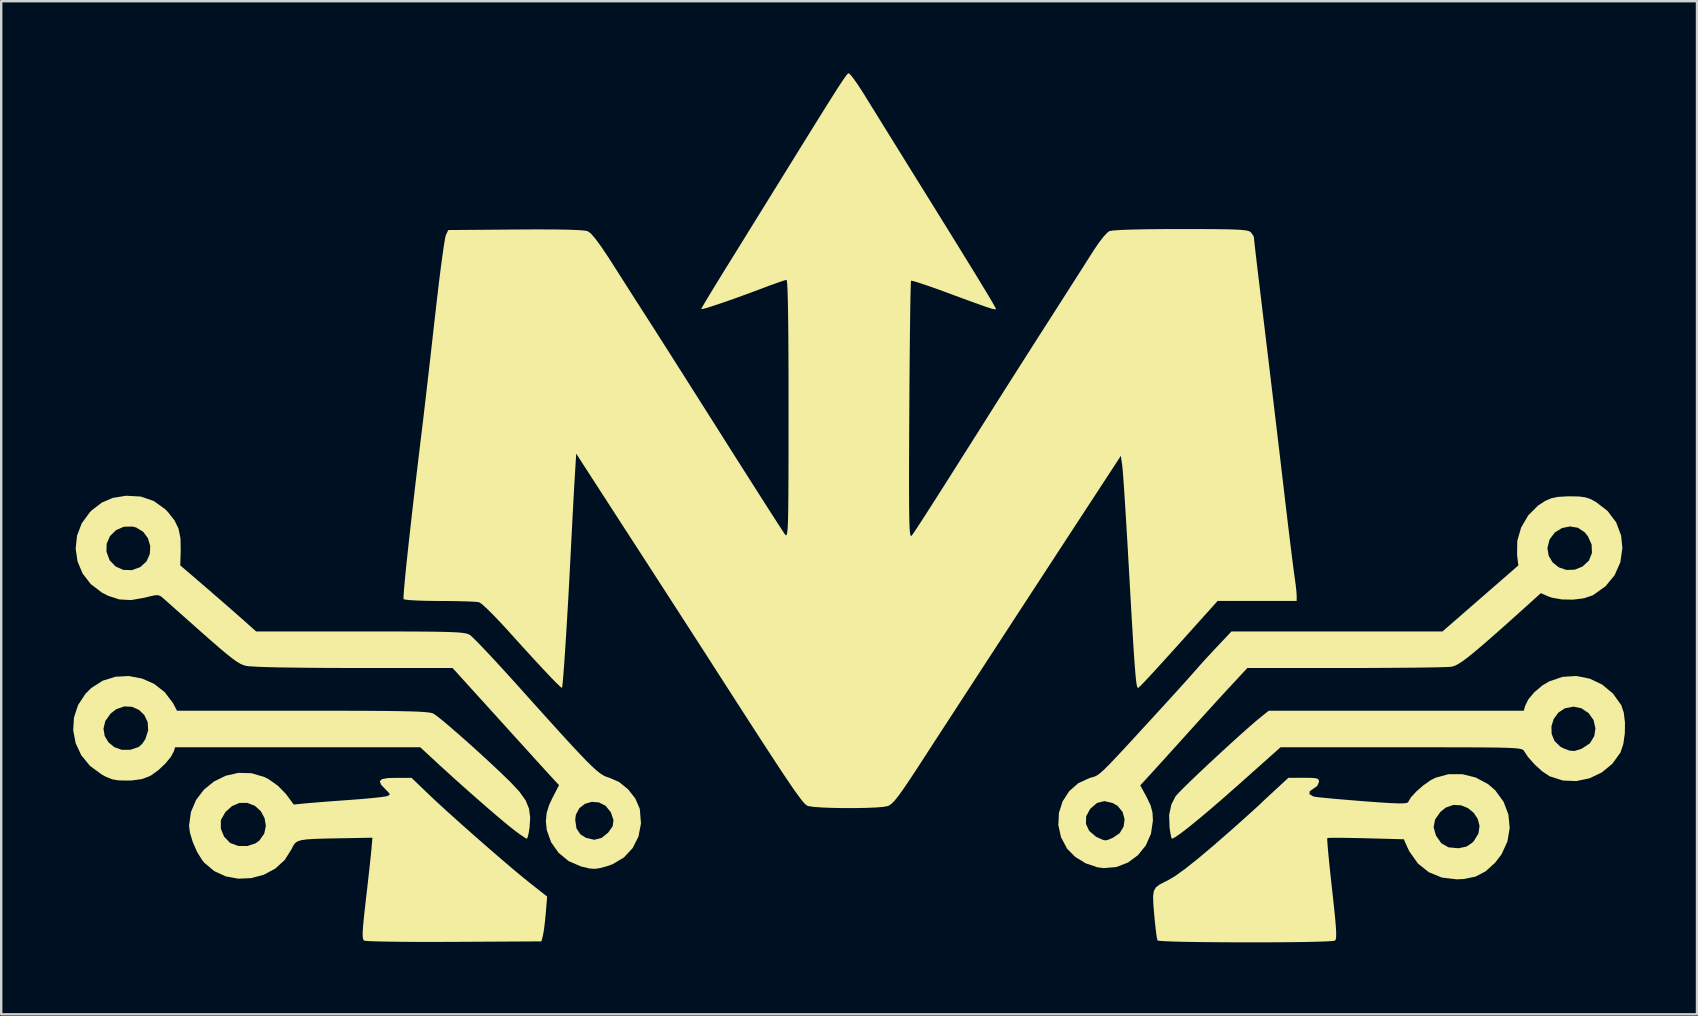
<source format=kicad_pcb>
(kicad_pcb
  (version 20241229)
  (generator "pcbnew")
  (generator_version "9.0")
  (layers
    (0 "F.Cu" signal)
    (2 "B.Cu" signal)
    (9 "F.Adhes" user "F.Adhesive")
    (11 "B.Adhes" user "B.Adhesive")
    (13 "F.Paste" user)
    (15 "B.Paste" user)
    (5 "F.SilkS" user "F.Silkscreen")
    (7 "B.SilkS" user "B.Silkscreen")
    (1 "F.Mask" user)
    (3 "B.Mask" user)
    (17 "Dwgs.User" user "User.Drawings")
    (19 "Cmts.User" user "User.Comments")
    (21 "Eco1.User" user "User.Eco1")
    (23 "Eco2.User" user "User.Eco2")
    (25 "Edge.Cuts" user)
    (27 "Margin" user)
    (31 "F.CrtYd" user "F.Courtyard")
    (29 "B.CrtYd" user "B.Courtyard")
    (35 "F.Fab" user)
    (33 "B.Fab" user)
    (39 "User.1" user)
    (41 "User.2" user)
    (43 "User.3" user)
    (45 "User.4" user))
  (footprint "my_logo"
    (layer "F.Cu")
    (at 32.343 22.24)
    (property "Reference" "my_logo" (at 0 0 0) (layer "F.SilkS") (effects (font (size 1.5 1.5) (thickness 0.3))))
    (attr board_only exclude_from_pos_files exclude_from_bom)
    (fp_poly (pts (xy 30.836 2.983) (xy 31.354 3.23) (xy 31.803 3.604) (xy 32.149 4.086) (xy 32.255 4.404) (xy 32.304 4.819) (xy 32.297 5.272) (xy 32.236 5.701) (xy 32.121 6.046) (xy 32.111 6.066) (xy 31.775 6.532) (xy 31.336 6.891) (xy 30.826 7.134) (xy 30.276 7.249) (xy 29.717 7.227) (xy 29.182 7.056) (xy 29.147 7.038) (xy 28.853 6.841) (xy 28.538 6.555) (xy 28.262 6.242) (xy 28.113 6.019) (xy 28.091 5.982) (xy 28.059 5.951) (xy 28.003 5.924) (xy 27.912 5.903) (xy 27.771 5.885) (xy 27.568 5.872) (xy 27.291 5.861) (xy 26.926 5.853) (xy 26.46 5.848) (xy 25.88 5.845) (xy 25.174 5.843) (xy 24.329 5.842) (xy 23.331 5.842) (xy 22.986 5.842) (xy 17.953 5.842) (xy 16.237 7.371) (xy 15.626 7.91) (xy 15.066 8.394) (xy 14.567 8.814) (xy 14.142 9.16) (xy 13.804 9.421) (xy 13.564 9.589) (xy 13.436 9.652) (xy 13.432 9.652) (xy 13.399 9.576) (xy 13.359 9.38) (xy 13.332 9.195) (xy 13.313 8.664) (xy 13.408 8.221) (xy 13.576 7.893) (xy 13.681 7.771) (xy 13.892 7.555) (xy 14.189 7.265) (xy 14.55 6.919) (xy 14.955 6.537) (xy 15.385 6.138) (xy 15.818 5.741) (xy 16.233 5.364) (xy 16.611 5.028) (xy 16.679 4.969) (xy 29.24 4.969) (xy 29.249 5.286) (xy 29.368 5.58) (xy 29.608 5.815) (xy 29.74 5.885) (xy 29.998 5.982) (xy 30.196 5.996) (xy 30.426 5.929) (xy 30.514 5.893) (xy 30.84 5.68) (xy 31.026 5.372) (xy 31.073 5.053) (xy 30.995 4.707) (xy 30.787 4.416) (xy 30.488 4.217) (xy 30.156 4.149) (xy 29.802 4.217) (xy 29.525 4.4) (xy 29.335 4.662) (xy 29.24 4.969) (xy 16.679 4.969) (xy 16.93 4.751) (xy 17.163 4.558) (xy 17.465 4.318) (xy 22.778 4.318) (xy 28.091 4.318) (xy 28.14 4.128) (xy 28.278 3.844) (xy 28.533 3.543) (xy 28.861 3.267) (xy 29.142 3.098) (xy 29.702 2.908) (xy 30.276 2.872)) (stroke (width 0) (type solid)) (fill yes) (layer "F.SilkS"))
    (fp_poly (pts (xy -29.479 2.976) (xy -28.97 3.202) (xy -28.529 3.547) (xy -28.184 4.004) (xy -28.151 4.065) (xy -28.02 4.318) (xy -22.794 4.319) (xy -21.698 4.319) (xy -20.759 4.321) (xy -19.965 4.324) (xy -19.303 4.329) (xy -18.761 4.336) (xy -18.327 4.346) (xy -17.989 4.357) (xy -17.734 4.372) (xy -17.549 4.39) (xy -17.424 4.411) (xy -17.345 4.436) (xy -17.332 4.442) (xy -17.187 4.543) (xy -16.939 4.741) (xy -16.612 5.018) (xy -16.225 5.354) (xy -15.801 5.73) (xy -15.361 6.128) (xy -14.926 6.529) (xy -14.518 6.913) (xy -14.158 7.261) (xy -14.137 7.281) (xy -13.754 7.691) (xy -13.498 8.05) (xy -13.354 8.398) (xy -13.305 8.773) (xy -13.331 9.183) (xy -13.372 9.438) (xy -13.418 9.608) (xy -13.447 9.651) (xy -13.538 9.602) (xy -13.724 9.477) (xy -13.963 9.301) (xy -13.97 9.295) (xy -14.241 9.079) (xy -14.612 8.77) (xy -15.057 8.389) (xy -15.551 7.958) (xy -16.07 7.499) (xy -16.589 7.033) (xy -17.083 6.583) (xy -17.175 6.498) (xy -17.885 5.842) (xy -22.991 5.842) (xy -28.098 5.842) (xy -28.155 6.021) (xy -28.282 6.252) (xy -28.509 6.524) (xy -28.789 6.789) (xy -29.078 6.999) (xy -29.162 7.047) (xy -29.483 7.166) (xy -29.881 7.222) (xy -30.101 7.229) (xy -30.455 7.221) (xy -30.719 7.176) (xy -30.972 7.074) (xy -31.159 6.974) (xy -31.646 6.616) (xy -32.008 6.173) (xy -32.241 5.673) (xy -32.343 5.14) (xy -32.339 5.07) (xy -31.082 5.07) (xy -31.031 5.374) (xy -30.873 5.637) (xy -30.63 5.836) (xy -30.32 5.948) (xy -29.964 5.947) (xy -29.613 5.828) (xy -29.471 5.701) (xy -29.338 5.505) (xy -29.219 5.132) (xy -29.242 4.79) (xy -29.38 4.5) (xy -29.606 4.282) (xy -29.894 4.155) (xy -30.216 4.139) (xy -30.546 4.253) (xy -30.785 4.437) (xy -31.007 4.75) (xy -31.082 5.07) (xy -32.339 5.07) (xy -32.311 4.601) (xy -32.141 4.083) (xy -31.83 3.61) (xy -31.593 3.374) (xy -31.112 3.067) (xy -30.58 2.902) (xy -30.026 2.874)) (stroke (width 0) (type solid)) (fill yes) (layer "F.SilkS"))
    (fp_poly (pts (xy -24.916 6.922) (xy -24.376 7.082) (xy -24.21 7.166) (xy -23.82 7.441) (xy -23.488 7.779) (xy -23.453 7.825) (xy -23.156 8.227) (xy -22.691 8.181) (xy -22.444 8.159) (xy -22.07 8.129) (xy -21.611 8.093) (xy -21.107 8.056) (xy -20.828 8.036) (xy -20.348 7.999) (xy -19.918 7.96) (xy -19.571 7.924) (xy -19.339 7.892) (xy -19.265 7.876) (xy -19.166 7.827) (xy -19.172 7.761) (xy -19.294 7.634) (xy -19.328 7.602) (xy -19.518 7.398) (xy -19.571 7.257) (xy -19.478 7.168) (xy -19.232 7.124) (xy -18.902 7.115) (xy -18.246 7.117) (xy -17.566 7.771) (xy -17.196 8.119) (xy -16.734 8.542) (xy -16.207 9.015) (xy -15.644 9.514) (xy -15.072 10.015) (xy -14.518 10.493) (xy -14.012 10.925) (xy -13.579 11.285) (xy -13.305 11.506) (xy -12.599 12.061) (xy -12.657 12.763) (xy -12.692 13.122) (xy -12.732 13.443) (xy -12.77 13.666) (xy -12.777 13.696) (xy -12.839 13.928) (xy -16.474 13.948) (xy -17.245 13.951) (xy -17.966 13.95) (xy -18.618 13.946) (xy -19.184 13.939) (xy -19.645 13.93) (xy -19.983 13.918) (xy -20.181 13.904) (xy -20.224 13.895) (xy -20.262 13.845) (xy -20.282 13.739) (xy -20.284 13.557) (xy -20.266 13.276) (xy -20.227 12.875) (xy -20.166 12.331) (xy -20.154 12.223) (xy -20.091 11.681) (xy -20.033 11.16) (xy -19.982 10.697) (xy -19.943 10.33) (xy -19.922 10.117) (xy -19.877 9.609) (xy -21.22 9.633) (xy -21.822 9.644) (xy -22.278 9.658) (xy -22.611 9.679) (xy -22.845 9.713) (xy -23.001 9.764) (xy -23.104 9.839) (xy -23.176 9.941) (xy -23.241 10.076) (xy -23.243 10.079) (xy -23.536 10.543) (xy -23.934 10.902) (xy -24.407 11.153) (xy -24.926 11.292) (xy -25.461 11.316) (xy -25.984 11.221) (xy -26.465 11.002) (xy -26.876 10.657) (xy -26.97 10.544) (xy -27.181 10.203) (xy -27.359 9.799) (xy -27.48 9.4) (xy -27.517 9.11) (xy -27.488 8.901) (xy -26.193 8.901) (xy -26.192 9.237) (xy -26.058 9.563) (xy -25.818 9.816) (xy -25.791 9.834) (xy -25.458 9.955) (xy -25.088 9.956) (xy -24.745 9.843) (xy -24.592 9.733) (xy -24.385 9.441) (xy -24.317 9.117) (xy -24.371 8.793) (xy -24.529 8.503) (xy -24.773 8.281) (xy -25.088 8.158) (xy -25.418 8.16) (xy -25.729 8.293) (xy -26 8.538) (xy -26.174 8.838) (xy -26.193 8.901) (xy -27.488 8.901) (xy -27.44 8.542) (xy -27.224 8.036) (xy -26.895 7.605) (xy -26.475 7.264) (xy -25.989 7.027) (xy -25.462 6.908)) (stroke (width 0) (type solid)) (fill yes) (layer "F.SilkS"))
    (fp_poly (pts (xy 25.53 6.963) (xy 26.092 7.104) (xy 26.602 7.378) (xy 26.898 7.634) (xy 27.247 8.113) (xy 27.448 8.646) (xy 27.501 9.206) (xy 27.406 9.766) (xy 27.163 10.298) (xy 26.897 10.646) (xy 26.5 11.008) (xy 26.081 11.228) (xy 25.591 11.33) (xy 25.293 11.343) (xy 24.673 11.269) (xy 24.131 11.046) (xy 23.677 10.683) (xy 23.325 10.187) (xy 23.241 10.014) (xy 23.091 9.674) (xy 21.515 9.632) (xy 21.016 9.621) (xy 20.579 9.614) (xy 20.229 9.612) (xy 19.994 9.615) (xy 19.902 9.623) (xy 19.902 9.623) (xy 19.9 9.713) (xy 19.917 9.948) (xy 19.948 10.304) (xy 19.993 10.76) (xy 20.049 11.292) (xy 20.099 11.74) (xy 20.172 12.405) (xy 20.225 12.921) (xy 20.258 13.305) (xy 20.273 13.577) (xy 20.27 13.754) (xy 20.251 13.855) (xy 20.221 13.896) (xy 20.11 13.914) (xy 19.854 13.929) (xy 19.473 13.942) (xy 18.989 13.953) (xy 18.423 13.96) (xy 17.795 13.966) (xy 17.128 13.968) (xy 16.442 13.969) (xy 15.759 13.966) (xy 15.1 13.962) (xy 14.485 13.955) (xy 13.937 13.946) (xy 13.476 13.934) (xy 13.123 13.92) (xy 12.9 13.904) (xy 12.829 13.888) (xy 12.802 13.775) (xy 12.766 13.531) (xy 12.728 13.191) (xy 12.692 12.822) (xy 12.655 12.369) (xy 12.645 12.05) (xy 12.676 11.832) (xy 12.76 11.681) (xy 12.911 11.563) (xy 13.142 11.443) (xy 13.253 11.39) (xy 13.549 11.216) (xy 13.962 10.92) (xy 14.49 10.501) (xy 15.134 9.961) (xy 15.893 9.299) (xy 16.033 9.174) (xy 24.332 9.174) (xy 24.43 9.521) (xy 24.651 9.838) (xy 24.953 10.011) (xy 25.35 10.047) (xy 25.397 10.043) (xy 25.703 9.978) (xy 25.933 9.825) (xy 26.011 9.744) (xy 26.2 9.434) (xy 26.245 9.122) (xy 26.171 8.827) (xy 26.001 8.571) (xy 25.76 8.374) (xy 25.47 8.258) (xy 25.157 8.243) (xy 24.845 8.35) (xy 24.617 8.531) (xy 24.392 8.85) (xy 24.332 9.174) (xy 16.033 9.174) (xy 16.298 8.938) (xy 16.597 8.67) (xy 16.848 8.443) (xy 17.025 8.282) (xy 17.102 8.209) (xy 17.103 8.209) (xy 17.18 8.134) (xy 17.352 7.973) (xy 17.587 7.755) (xy 17.714 7.637) (xy 18.284 7.112) (xy 18.921 7.112) (xy 19.246 7.116) (xy 19.437 7.134) (xy 19.529 7.175) (xy 19.557 7.25) (xy 19.558 7.283) (xy 19.483 7.452) (xy 19.346 7.551) (xy 19.17 7.674) (xy 19.159 7.793) (xy 19.31 7.885) (xy 19.382 7.902) (xy 19.539 7.924) (xy 19.836 7.954) (xy 20.243 7.992) (xy 20.732 8.034) (xy 21.273 8.078) (xy 21.433 8.091) (xy 22.05 8.136) (xy 22.517 8.166) (xy 22.854 8.18) (xy 23.078 8.178) (xy 23.21 8.162) (xy 23.267 8.131) (xy 23.271 8.121) (xy 23.393 7.92) (xy 23.618 7.676) (xy 23.902 7.43) (xy 24.199 7.22) (xy 24.404 7.112) (xy 24.954 6.963)) (stroke (width 0) (type solid)) (fill yes) (layer "F.SilkS"))
    (fp_poly (pts (xy 30.383 -4.606) (xy 30.645 -4.573) (xy 30.861 -4.502) (xy 31.086 -4.383) (xy 31.579 -4.004) (xy 31.933 -3.534) (xy 32.141 -2.988) (xy 32.196 -2.459) (xy 32.11 -1.862) (xy 31.871 -1.325) (xy 31.493 -0.866) (xy 30.986 -0.504) (xy 30.95 -0.485) (xy 30.593 -0.366) (xy 30.147 -0.309) (xy 29.679 -0.317) (xy 29.26 -0.391) (xy 29.11 -0.444) (xy 28.799 -0.579) (xy 28.172 -0.014) (xy 27.493 0.596) (xy 26.925 1.101) (xy 26.458 1.51) (xy 26.079 1.832) (xy 25.776 2.078) (xy 25.538 2.256) (xy 25.352 2.377) (xy 25.207 2.45) (xy 25.09 2.484) (xy 25.086 2.485) (xy 24.938 2.496) (xy 24.639 2.506) (xy 24.207 2.515) (xy 23.659 2.523) (xy 23.015 2.529) (xy 22.291 2.534) (xy 21.506 2.538) (xy 20.678 2.539) (xy 20.668 2.539) (xy 16.571 2.54) (xy 15.922 3.239) (xy 15.651 3.531) (xy 15.3 3.915) (xy 14.9 4.354) (xy 14.484 4.812) (xy 14.127 5.207) (xy 13.744 5.632) (xy 13.368 6.048) (xy 13.025 6.427) (xy 12.742 6.738) (xy 12.547 6.952) (xy 12.111 7.428) (xy 12.377 7.918) (xy 12.54 8.259) (xy 12.619 8.554) (xy 12.638 8.891) (xy 12.638 8.893) (xy 12.557 9.443) (xy 12.341 9.931) (xy 12.013 10.338) (xy 11.596 10.645) (xy 11.114 10.83) (xy 10.589 10.876) (xy 10.329 10.842) (xy 9.843 10.679) (xy 9.402 10.41) (xy 9.067 10.073) (xy 9.064 10.069) (xy 8.808 9.588) (xy 8.697 9.079) (xy 8.7 9.032) (xy 9.847 9.032) (xy 9.982 9.324) (xy 10.253 9.559) (xy 10.372 9.619) (xy 10.552 9.698) (xy 10.662 9.722) (xy 10.781 9.692) (xy 10.97 9.613) (xy 11.255 9.417) (xy 11.417 9.145) (xy 11.457 8.838) (xy 11.375 8.539) (xy 11.171 8.287) (xy 10.967 8.166) (xy 10.616 8.084) (xy 10.31 8.161) (xy 10.03 8.401) (xy 10.024 8.408) (xy 9.858 8.716) (xy 9.847 9.032) (xy 8.7 9.032) (xy 8.723 8.572) (xy 8.876 8.095) (xy 9.146 7.675) (xy 9.525 7.34) (xy 10.004 7.12) (xy 10.025 7.114) (xy 10.12 7.089) (xy 10.202 7.064) (xy 10.283 7.028) (xy 10.375 6.97) (xy 10.487 6.879) (xy 10.632 6.745) (xy 10.821 6.556) (xy 11.065 6.3) (xy 11.376 5.968) (xy 11.764 5.548) (xy 12.241 5.028) (xy 12.818 4.399) (xy 13.009 4.19) (xy 13.373 3.792) (xy 13.718 3.412) (xy 14.019 3.078) (xy 14.252 2.817) (xy 14.385 2.666) (xy 14.569 2.457) (xy 14.828 2.17) (xy 15.122 1.853) (xy 15.291 1.672) (xy 15.91 1.016) (xy 20.305 1.016) (xy 24.701 1.016) (xy 26.282 -0.359) (xy 27.862 -1.735) (xy 27.808 -2.171) (xy 27.812 -2.463) (xy 29.073 -2.463) (xy 29.124 -2.137) (xy 29.29 -1.86) (xy 29.544 -1.656) (xy 29.859 -1.547) (xy 30.206 -1.555) (xy 30.535 -1.687) (xy 30.801 -1.936) (xy 30.928 -2.251) (xy 30.915 -2.601) (xy 30.758 -2.951) (xy 30.63 -3.11) (xy 30.347 -3.301) (xy 30.016 -3.359) (xy 29.679 -3.291) (xy 29.381 -3.108) (xy 29.164 -2.818) (xy 29.073 -2.463) (xy 27.812 -2.463) (xy 27.817 -2.754) (xy 27.977 -3.313) (xy 28.273 -3.817) (xy 28.687 -4.232) (xy 28.993 -4.428) (xy 29.234 -4.532) (xy 29.508 -4.589) (xy 29.875 -4.611) (xy 30.014 -4.613)) (stroke (width 0) (type solid)) (fill yes) (layer "F.SilkS"))
    (fp_poly (pts (xy -29.53 -4.604) (xy -28.985 -4.417) (xy -28.513 -4.078) (xy -28.398 -3.96) (xy -28.122 -3.608) (xy -27.954 -3.261) (xy -27.874 -2.863) (xy -27.864 -2.382) (xy -27.883 -1.736) (xy -26.995 -0.974) (xy -26.587 -0.622) (xy -26.147 -0.24) (xy -25.73 0.124) (xy -25.414 0.402) (xy -24.722 1.016) (xy -20.383 1.016) (xy -19.408 1.017) (xy -18.589 1.018) (xy -17.91 1.021) (xy -17.358 1.026) (xy -16.918 1.034) (xy -16.576 1.044) (xy -16.317 1.057) (xy -16.128 1.075) (xy -15.993 1.096) (xy -15.899 1.122) (xy -15.832 1.154) (xy -15.814 1.165) (xy -15.701 1.264) (xy -15.491 1.473) (xy -15.202 1.774) (xy -14.848 2.151) (xy -14.447 2.586) (xy -14.015 3.062) (xy -13.875 3.217) (xy -13.169 4.004) (xy -12.565 4.674) (xy -12.055 5.237) (xy -11.628 5.703) (xy -11.275 6.081) (xy -10.987 6.382) (xy -10.753 6.614) (xy -10.564 6.788) (xy -10.41 6.913) (xy -10.283 6.999) (xy -10.171 7.056) (xy -10.065 7.094) (xy -10.01 7.109) (xy -9.602 7.289) (xy -9.226 7.593) (xy -8.926 7.976) (xy -8.746 8.392) (xy -8.736 8.436) (xy -8.69 9.018) (xy -8.794 9.561) (xy -9.036 10.04) (xy -9.402 10.433) (xy -9.879 10.716) (xy -10.09 10.791) (xy -10.394 10.875) (xy -10.619 10.907) (xy -10.84 10.889) (xy -11.132 10.82) (xy -11.2 10.802) (xy -11.701 10.585) (xy -12.12 10.241) (xy -12.431 9.802) (xy -12.614 9.295) (xy -12.652 8.927) (xy -12.646 8.863) (xy -11.43 8.863) (xy -11.377 9.222) (xy -11.208 9.474) (xy -10.979 9.615) (xy -10.637 9.696) (xy -10.326 9.615) (xy -10.054 9.394) (xy -9.871 9.133) (xy -9.835 8.876) (xy -9.938 8.571) (xy -9.954 8.541) (xy -10.166 8.278) (xy -10.441 8.139) (xy -10.74 8.115) (xy -11.025 8.198) (xy -11.258 8.379) (xy -11.402 8.651) (xy -11.43 8.863) (xy -12.646 8.863) (xy -12.621 8.586) (xy -12.517 8.247) (xy -12.378 7.951) (xy -12.104 7.42) (xy -12.345 7.16) (xy -12.487 7.006) (xy -12.715 6.755) (xy -13.004 6.439) (xy -13.324 6.085) (xy -13.468 5.926) (xy -13.834 5.523) (xy -14.271 5.041) (xy -14.737 4.526) (xy -15.19 4.026) (xy -15.445 3.746) (xy -16.538 2.54) (xy -20.271 2.539) (xy -21.079 2.538) (xy -21.86 2.535) (xy -22.591 2.529) (xy -23.25 2.521) (xy -23.817 2.513) (xy -24.27 2.502) (xy -24.587 2.491) (xy -24.697 2.485) (xy -24.862 2.475) (xy -24.999 2.468) (xy -25.121 2.453) (xy -25.24 2.424) (xy -25.369 2.369) (xy -25.521 2.28) (xy -25.706 2.148) (xy -25.939 1.964) (xy -26.232 1.719) (xy -26.596 1.403) (xy -27.045 1.008) (xy -27.591 0.523) (xy -28.246 -0.058) (xy -28.597 -0.37) (xy -28.705 -0.457) (xy -28.809 -0.495) (xy -28.956 -0.488) (xy -29.195 -0.434) (xy -29.368 -0.39) (xy -29.929 -0.291) (xy -30.423 -0.318) (xy -30.902 -0.475) (xy -31.148 -0.603) (xy -31.613 -0.957) (xy -31.953 -1.399) (xy -32.163 -1.902) (xy -32.222 -2.305) (xy -30.958 -2.305) (xy -30.825 -1.949) (xy -30.58 -1.692) (xy -30.26 -1.549) (xy -29.899 -1.537) (xy -29.548 -1.665) (xy -29.287 -1.904) (xy -29.152 -2.209) (xy -29.134 -2.541) (xy -29.228 -2.862) (xy -29.425 -3.133) (xy -29.719 -3.314) (xy -29.86 -3.353) (xy -30.232 -3.347) (xy -30.559 -3.205) (xy -30.809 -2.958) (xy -30.95 -2.634) (xy -30.958 -2.305) (xy -32.222 -2.305) (xy -32.241 -2.436) (xy -32.184 -2.975) (xy -31.987 -3.49) (xy -31.647 -3.954) (xy -31.567 -4.033) (xy -31.151 -4.353) (xy -30.698 -4.547) (xy -30.153 -4.636) (xy -30.139 -4.637)) (stroke (width 0) (type solid)) (fill yes) (layer "F.SilkS"))
    (fp_poly (pts (xy 0.032 -22.182) (xy 0.173 -22.005) (xy 0.363 -21.734) (xy 0.582 -21.395) (xy 0.631 -21.315) (xy 0.81 -21.025) (xy 1.065 -20.614) (xy 1.381 -20.104) (xy 1.744 -19.518) (xy 2.14 -18.88) (xy 2.555 -18.211) (xy 2.975 -17.535) (xy 3.007 -17.484) (xy 3.675 -16.408) (xy 4.256 -15.471) (xy 4.751 -14.669) (xy 5.165 -13.996) (xy 5.499 -13.449) (xy 5.756 -13.023) (xy 5.94 -12.713) (xy 6.052 -12.516) (xy 6.095 -12.427) (xy 6.096 -12.422) (xy 6.079 -12.404) (xy 6.018 -12.408) (xy 5.894 -12.44) (xy 5.689 -12.506) (xy 5.387 -12.612) (xy 4.97 -12.763) (xy 4.42 -12.965) (xy 4.117 -13.078) (xy 3.644 -13.251) (xy 3.227 -13.397) (xy 2.891 -13.509) (xy 2.661 -13.579) (xy 2.563 -13.597) (xy 2.561 -13.596) (xy 2.553 -13.506) (xy 2.545 -13.261) (xy 2.536 -12.876) (xy 2.527 -12.364) (xy 2.519 -11.741) (xy 2.511 -11.021) (xy 2.503 -10.217) (xy 2.496 -9.345) (xy 2.49 -8.42) (xy 2.489 -8.2) (xy 2.483 -7.103) (xy 2.479 -6.164) (xy 2.477 -5.373) (xy 2.478 -4.716) (xy 2.481 -4.184) (xy 2.487 -3.764) (xy 2.495 -3.445) (xy 2.506 -3.217) (xy 2.521 -3.067) (xy 2.539 -2.985) (xy 2.561 -2.959) (xy 2.578 -2.968) (xy 2.621 -3.022) (xy 2.7 -3.134) (xy 2.819 -3.313) (xy 2.985 -3.567) (xy 3.201 -3.902) (xy 3.474 -4.329) (xy 3.809 -4.854) (xy 4.21 -5.485) (xy 4.682 -6.231) (xy 5.231 -7.099) (xy 5.863 -8.099) (xy 6.282 -8.763) (xy 6.481 -9.077) (xy 6.754 -9.506) (xy 7.082 -10.022) (xy 7.448 -10.596) (xy 7.835 -11.203) (xy 8.225 -11.812) (xy 8.306 -11.938) (xy 8.684 -12.529) (xy 9.054 -13.109) (xy 9.401 -13.652) (xy 9.709 -14.134) (xy 9.961 -14.531) (xy 10.143 -14.816) (xy 10.18 -14.875) (xy 10.392 -15.186) (xy 10.594 -15.446) (xy 10.757 -15.616) (xy 10.817 -15.658) (xy 10.966 -15.686) (xy 11.278 -15.708) (xy 11.744 -15.726) (xy 12.358 -15.739) (xy 13.113 -15.746) (xy 13.799 -15.748) (xy 14.571 -15.747) (xy 15.192 -15.744) (xy 15.678 -15.738) (xy 16.046 -15.728) (xy 16.314 -15.713) (xy 16.5 -15.693) (xy 16.62 -15.667) (xy 16.693 -15.634) (xy 16.716 -15.615) (xy 16.823 -15.466) (xy 16.849 -15.382) (xy 16.85 -15.352) (xy 16.854 -15.303) (xy 16.862 -15.221) (xy 16.876 -15.095) (xy 16.897 -14.911) (xy 16.926 -14.656) (xy 16.966 -14.317) (xy 17.018 -13.882) (xy 17.084 -13.337) (xy 17.164 -12.669) (xy 17.261 -11.865) (xy 17.375 -10.913) (xy 17.441 -10.372) (xy 17.544 -9.508) (xy 17.661 -8.536) (xy 17.783 -7.51) (xy 17.905 -6.486) (xy 18.019 -5.519) (xy 18.12 -4.664) (xy 18.12 -4.657) (xy 18.204 -3.953) (xy 18.284 -3.279) (xy 18.36 -2.658) (xy 18.427 -2.116) (xy 18.483 -1.677) (xy 18.524 -1.367) (xy 18.54 -1.254) (xy 18.585 -0.927) (xy 18.616 -0.64) (xy 18.627 -0.471) (xy 18.627 -0.254) (xy 16.98 -0.254) (xy 15.333 -0.254) (xy 14.291 0.905) (xy 13.688 1.577) (xy 13.189 2.129) (xy 12.789 2.569) (xy 12.48 2.905) (xy 12.255 3.144) (xy 12.108 3.294) (xy 12.032 3.363) (xy 12.022 3.369) (xy 11.999 3.359) (xy 11.977 3.303) (xy 11.954 3.188) (xy 11.93 3.003) (xy 11.905 2.736) (xy 11.876 2.374) (xy 11.843 1.906) (xy 11.806 1.32) (xy 11.763 0.604) (xy 11.713 -0.254) (xy 11.656 -1.266) (xy 11.639 -1.566) (xy 11.593 -2.378) (xy 11.547 -3.151) (xy 11.504 -3.865) (xy 11.463 -4.502) (xy 11.428 -5.043) (xy 11.397 -5.468) (xy 11.374 -5.759) (xy 11.361 -5.88) (xy 11.302 -6.3) (xy 10.336 -4.822) (xy 9.076 -2.894) (xy 7.858 -1.028) (xy 6.691 0.762) (xy 5.583 2.463) (xy 4.543 4.061) (xy 3.58 5.541) (xy 2.897 6.595) (xy 2.542 7.136) (xy 2.263 7.549) (xy 2.046 7.853) (xy 1.878 8.063) (xy 1.746 8.197) (xy 1.636 8.272) (xy 1.593 8.29) (xy 1.405 8.325) (xy 1.09 8.35) (xy 0.683 8.367) (xy 0.219 8.375) (xy -0.267 8.375) (xy -0.738 8.366) (xy -1.161 8.349) (xy -1.498 8.325) (xy -1.716 8.292) (xy -1.761 8.277) (xy -1.823 8.234) (xy -1.907 8.149) (xy -2.019 8.013) (xy -2.166 7.817) (xy -2.355 7.551) (xy -2.591 7.205) (xy -2.881 6.77) (xy -3.231 6.236) (xy -3.649 5.595) (xy -4.14 4.836) (xy -4.711 3.95) (xy -5.155 3.26) (xy -5.599 2.569) (xy -6.11 1.774) (xy -6.665 0.914) (xy -7.238 0.026) (xy -7.804 -0.85) (xy -8.338 -1.677) (xy -8.678 -2.201) (xy -9.105 -2.861) (xy -9.519 -3.5) (xy -9.907 -4.1) (xy -10.257 -4.641) (xy -10.556 -5.103) (xy -10.791 -5.467) (xy -10.95 -5.714) (xy -10.978 -5.757) (xy -11.388 -6.392) (xy -11.445 -5.461) (xy -11.465 -5.134) (xy -11.491 -4.67) (xy -11.522 -4.098) (xy -11.556 -3.451) (xy -11.592 -2.759) (xy -11.628 -2.054) (xy -11.636 -1.905) (xy -11.677 -1.111) (xy -11.72 -0.328) (xy -11.764 0.426) (xy -11.807 1.134) (xy -11.848 1.776) (xy -11.886 2.334) (xy -11.92 2.791) (xy -11.949 3.127) (xy -11.97 3.324) (xy -11.98 3.369) (xy -12.047 3.322) (xy -12.215 3.161) (xy -12.473 2.896) (xy -12.81 2.539) (xy -13.215 2.101) (xy -13.677 1.595) (xy -14.172 1.046) (xy -14.52 0.667) (xy -14.841 0.331) (xy -15.114 0.061) (xy -15.319 -0.124) (xy -15.433 -0.201) (xy -15.434 -0.201) (xy -15.578 -0.218) (xy -15.86 -0.233) (xy -16.246 -0.244) (xy -16.705 -0.251) (xy -17.077 -0.253) (xy -17.556 -0.258) (xy -17.975 -0.27) (xy -18.304 -0.288) (xy -18.515 -0.311) (xy -18.58 -0.332) (xy -18.583 -0.435) (xy -18.565 -0.693) (xy -18.53 -1.094) (xy -18.477 -1.626) (xy -18.409 -2.276) (xy -18.326 -3.031) (xy -18.231 -3.878) (xy -18.124 -4.807) (xy -18.006 -5.802) (xy -17.88 -6.854) (xy -17.822 -7.324) (xy -17.762 -7.822) (xy -17.688 -8.455) (xy -17.603 -9.187) (xy -17.511 -9.983) (xy -17.417 -10.81) (xy -17.324 -11.634) (xy -17.266 -12.15) (xy -17.184 -12.868) (xy -17.104 -13.54) (xy -17.028 -14.144) (xy -16.958 -14.662) (xy -16.899 -15.073) (xy -16.851 -15.356) (xy -16.819 -15.492) (xy -16.818 -15.494) (xy -16.719 -15.706) (xy -13.927 -15.728) (xy -13.028 -15.733) (xy -12.294 -15.73) (xy -11.719 -15.721) (xy -11.297 -15.705) (xy -11.024 -15.682) (xy -10.905 -15.656) (xy -10.777 -15.562) (xy -10.599 -15.358) (xy -10.36 -15.033) (xy -10.054 -14.578) (xy -9.808 -14.194) (xy -9.481 -13.681) (xy -9.135 -13.138) (xy -8.799 -12.612) (xy -8.502 -12.149) (xy -8.339 -11.896) (xy -8.176 -11.642) (xy -7.934 -11.263) (xy -7.624 -10.776) (xy -7.257 -10.198) (xy -6.844 -9.548) (xy -6.397 -8.842) (xy -5.925 -8.098) (xy -5.442 -7.334) (xy -5.289 -7.093) (xy -4.823 -6.356) (xy -4.38 -5.658) (xy -3.969 -5.013) (xy -3.6 -4.434) (xy -3.282 -3.936) (xy -3.022 -3.533) (xy -2.831 -3.238) (xy -2.717 -3.065) (xy -2.692 -3.029) (xy -2.662 -2.996) (xy -2.637 -2.989) (xy -2.615 -3.02) (xy -2.597 -3.1) (xy -2.582 -3.242) (xy -2.57 -3.456) (xy -2.561 -3.755) (xy -2.554 -4.15) (xy -2.549 -4.653) (xy -2.546 -5.276) (xy -2.544 -6.031) (xy -2.543 -6.928) (xy -2.542 -7.981) (xy -2.542 -8.234) (xy -2.543 -9.447) (xy -2.546 -10.513) (xy -2.552 -11.427) (xy -2.561 -12.187) (xy -2.572 -12.791) (xy -2.586 -13.234) (xy -2.602 -13.514) (xy -2.62 -13.629) (xy -2.624 -13.631) (xy -2.733 -13.603) (xy -2.964 -13.525) (xy -3.281 -13.412) (xy -3.576 -13.301) (xy -4.145 -13.088) (xy -4.685 -12.891) (xy -5.173 -12.719) (xy -5.588 -12.578) (xy -5.909 -12.475) (xy -6.114 -12.419) (xy -6.181 -12.415) (xy -6.138 -12.497) (xy -6.018 -12.703) (xy -5.834 -13.01) (xy -5.597 -13.399) (xy -5.321 -13.849) (xy -5.149 -14.127) (xy -4.833 -14.636) (xy -4.45 -15.254) (xy -4.024 -15.943) (xy -3.575 -16.668) (xy -3.126 -17.392) (xy -2.7 -18.08) (xy -2.624 -18.203) (xy -2.086 -19.074) (xy -1.628 -19.811) (xy -1.246 -20.425) (xy -0.932 -20.928) (xy -0.678 -21.33) (xy -0.479 -21.643) (xy -0.326 -21.876) (xy -0.213 -22.042) (xy -0.134 -22.15) (xy -0.08 -22.212) (xy -0.045 -22.238) (xy -0.041 -22.24)) (stroke (width 0) (type solid)) (fill yes) (layer "F.SilkS")))
  (gr_rect
    (start -3 -3)
    (end 67.647 39.208)
    (stroke (width 0.1) (type default))
    (fill no)
    (layer "Edge.Cuts")))
</source>
